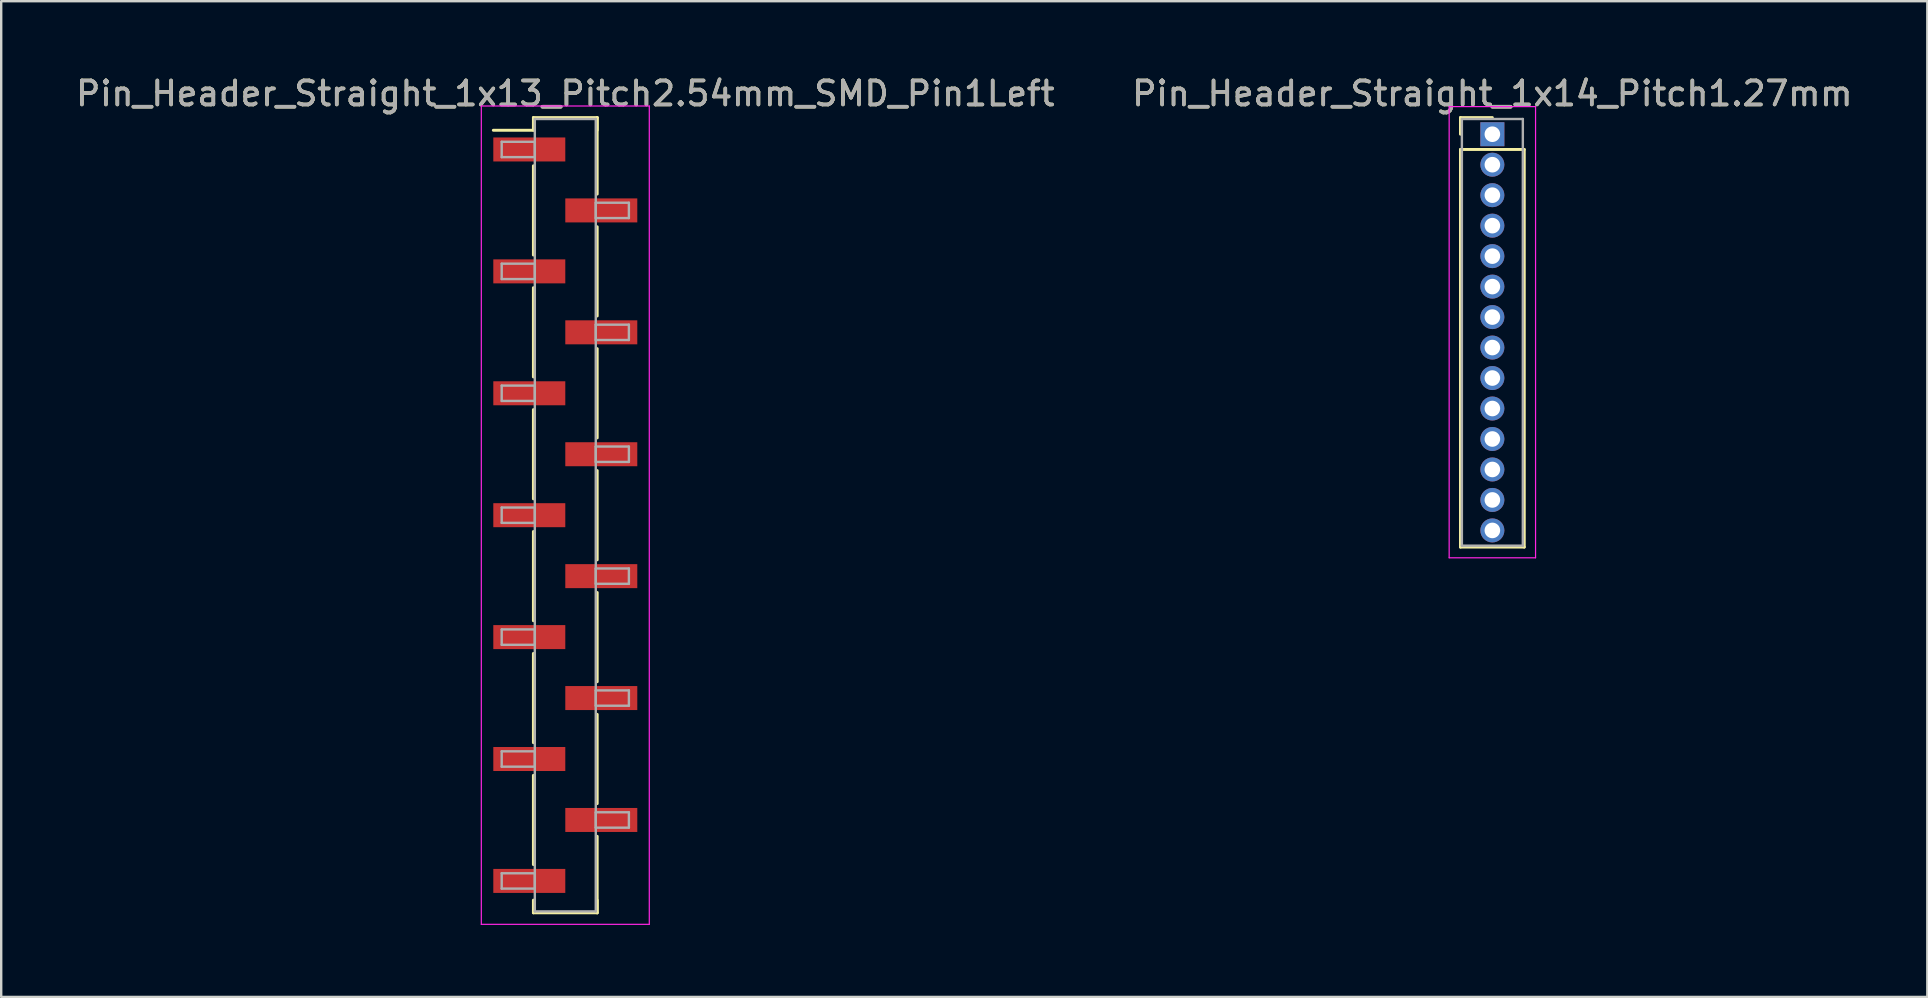
<source format=kicad_pcb>
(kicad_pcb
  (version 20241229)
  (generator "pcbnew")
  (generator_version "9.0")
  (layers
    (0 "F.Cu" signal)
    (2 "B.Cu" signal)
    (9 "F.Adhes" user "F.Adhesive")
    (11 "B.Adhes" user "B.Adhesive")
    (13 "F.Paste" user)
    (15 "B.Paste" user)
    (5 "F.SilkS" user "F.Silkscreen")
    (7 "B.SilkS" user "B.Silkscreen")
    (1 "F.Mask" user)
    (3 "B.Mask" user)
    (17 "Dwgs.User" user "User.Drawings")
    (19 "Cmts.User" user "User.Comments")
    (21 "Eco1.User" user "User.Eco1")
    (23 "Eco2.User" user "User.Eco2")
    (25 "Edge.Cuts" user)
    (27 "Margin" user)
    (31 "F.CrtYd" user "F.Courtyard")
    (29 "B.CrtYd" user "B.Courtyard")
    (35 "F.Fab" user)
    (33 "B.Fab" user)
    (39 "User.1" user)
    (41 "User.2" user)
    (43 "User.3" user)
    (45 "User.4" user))
  (footprint "Pin_Header_Straight_1x13_Pitch2.54mm_SMD_Pin1Left"
    (layer "F.Cu")
    (at 20.506 18.418)
    (property "Reference" "Pin_Header_Straight_1x13_Pitch2.54mm_SMD_Pin1Left" (at 0 -17.57 0) (layer "F.SilkS") (effects (font (size 1 1) (thickness 0.15))))
    (attr smd)
    (fp_line (start -1.33 -16.57) (end 1.33 -16.57) (stroke (width 0.12) (type solid)) (layer "F.SilkS"))
    (fp_line (start -1.33 -16.04) (end -3 -16.04) (stroke (width 0.12) (type solid)) (layer "F.SilkS"))
    (fp_line (start -1.33 -16.04) (end -1.33 -16.57) (stroke (width 0.12) (type solid)) (layer "F.SilkS"))
    (fp_line (start -1.33 -14.56) (end -1.33 -10.84) (stroke (width 0.12) (type solid)) (layer "F.SilkS"))
    (fp_line (start -1.33 -9.48) (end -1.33 -5.76) (stroke (width 0.12) (type solid)) (layer "F.SilkS"))
    (fp_line (start -1.33 -4.4) (end -1.33 -0.68) (stroke (width 0.12) (type solid)) (layer "F.SilkS"))
    (fp_line (start -1.33 0.68) (end -1.33 4.4) (stroke (width 0.12) (type solid)) (layer "F.SilkS"))
    (fp_line (start -1.33 5.76) (end -1.33 9.48) (stroke (width 0.12) (type solid)) (layer "F.SilkS"))
    (fp_line (start -1.33 10.84) (end -1.33 14.56) (stroke (width 0.12) (type solid)) (layer "F.SilkS"))
    (fp_line (start -1.33 16.04) (end -1.33 16.57) (stroke (width 0.12) (type solid)) (layer "F.SilkS"))
    (fp_line (start -1.33 16.57) (end 1.33 16.57) (stroke (width 0.12) (type solid)) (layer "F.SilkS"))
    (fp_line (start 1.33 -16.57) (end 1.33 -16.04) (stroke (width 0.12) (type solid)) (layer "F.SilkS"))
    (fp_line (start 1.33 -16.57) (end 1.33 -13.38) (stroke (width 0.12) (type solid)) (layer "F.SilkS"))
    (fp_line (start 1.33 -12.02) (end 1.33 -8.3) (stroke (width 0.12) (type solid)) (layer "F.SilkS"))
    (fp_line (start 1.33 -6.94) (end 1.33 -3.22) (stroke (width 0.12) (type solid)) (layer "F.SilkS"))
    (fp_line (start 1.33 -1.86) (end 1.33 1.86) (stroke (width 0.12) (type solid)) (layer "F.SilkS"))
    (fp_line (start 1.33 3.22) (end 1.33 6.94) (stroke (width 0.12) (type solid)) (layer "F.SilkS"))
    (fp_line (start 1.33 8.3) (end 1.33 12.02) (stroke (width 0.12) (type solid)) (layer "F.SilkS"))
    (fp_line (start 1.33 13.38) (end 1.33 16.57) (stroke (width 0.12) (type solid)) (layer "F.SilkS"))
    (fp_line (start 1.33 16.57) (end 1.33 16.04) (stroke (width 0.12) (type solid)) (layer "F.SilkS"))
    (fp_line (start -3.5 -17.05) (end -3.5 17.05) (stroke (width 0.05) (type solid)) (layer "F.CrtYd"))
    (fp_line (start -3.5 17.05) (end 3.5 17.05) (stroke (width 0.05) (type solid)) (layer "F.CrtYd"))
    (fp_line (start 3.5 -17.05) (end -3.5 -17.05) (stroke (width 0.05) (type solid)) (layer "F.CrtYd"))
    (fp_line (start 3.5 17.05) (end 3.5 -17.05) (stroke (width 0.05) (type solid)) (layer "F.CrtYd"))
    (fp_line (start -2.65 -15.56) (end -1.27 -15.56) (stroke (width 0.1) (type solid)) (layer "F.Fab"))
    (fp_line (start -2.65 -14.92) (end -2.65 -15.56) (stroke (width 0.1) (type solid)) (layer "F.Fab"))
    (fp_line (start -2.65 -10.48) (end -1.27 -10.48) (stroke (width 0.1) (type solid)) (layer "F.Fab"))
    (fp_line (start -2.65 -9.84) (end -2.65 -10.48) (stroke (width 0.1) (type solid)) (layer "F.Fab"))
    (fp_line (start -2.65 -5.4) (end -1.27 -5.4) (stroke (width 0.1) (type solid)) (layer "F.Fab"))
    (fp_line (start -2.65 -4.76) (end -2.65 -5.4) (stroke (width 0.1) (type solid)) (layer "F.Fab"))
    (fp_line (start -2.65 -0.32) (end -1.27 -0.32) (stroke (width 0.1) (type solid)) (layer "F.Fab"))
    (fp_line (start -2.65 0.32) (end -2.65 -0.32) (stroke (width 0.1) (type solid)) (layer "F.Fab"))
    (fp_line (start -2.65 4.76) (end -1.27 4.76) (stroke (width 0.1) (type solid)) (layer "F.Fab"))
    (fp_line (start -2.65 5.4) (end -2.65 4.76) (stroke (width 0.1) (type solid)) (layer "F.Fab"))
    (fp_line (start -2.65 9.84) (end -1.27 9.84) (stroke (width 0.1) (type solid)) (layer "F.Fab"))
    (fp_line (start -2.65 10.48) (end -2.65 9.84) (stroke (width 0.1) (type solid)) (layer "F.Fab"))
    (fp_line (start -2.65 14.92) (end -1.27 14.92) (stroke (width 0.1) (type solid)) (layer "F.Fab"))
    (fp_line (start -2.65 15.56) (end -2.65 14.92) (stroke (width 0.1) (type solid)) (layer "F.Fab"))
    (fp_line (start -1.27 -16.51) (end -1.27 16.51) (stroke (width 0.1) (type solid)) (layer "F.Fab"))
    (fp_line (start -1.27 -15.56) (end -1.27 -14.92) (stroke (width 0.1) (type solid)) (layer "F.Fab"))
    (fp_line (start -1.27 -14.92) (end -2.65 -14.92) (stroke (width 0.1) (type solid)) (layer "F.Fab"))
    (fp_line (start -1.27 -10.48) (end -1.27 -9.84) (stroke (width 0.1) (type solid)) (layer "F.Fab"))
    (fp_line (start -1.27 -9.84) (end -2.65 -9.84) (stroke (width 0.1) (type solid)) (layer "F.Fab"))
    (fp_line (start -1.27 -5.4) (end -1.27 -4.76) (stroke (width 0.1) (type solid)) (layer "F.Fab"))
    (fp_line (start -1.27 -4.76) (end -2.65 -4.76) (stroke (width 0.1) (type solid)) (layer "F.Fab"))
    (fp_line (start -1.27 -0.32) (end -1.27 0.32) (stroke (width 0.1) (type solid)) (layer "F.Fab"))
    (fp_line (start -1.27 0.32) (end -2.65 0.32) (stroke (width 0.1) (type solid)) (layer "F.Fab"))
    (fp_line (start -1.27 4.76) (end -1.27 5.4) (stroke (width 0.1) (type solid)) (layer "F.Fab"))
    (fp_line (start -1.27 5.4) (end -2.65 5.4) (stroke (width 0.1) (type solid)) (layer "F.Fab"))
    (fp_line (start -1.27 9.84) (end -1.27 10.48) (stroke (width 0.1) (type solid)) (layer "F.Fab"))
    (fp_line (start -1.27 10.48) (end -2.65 10.48) (stroke (width 0.1) (type solid)) (layer "F.Fab"))
    (fp_line (start -1.27 14.92) (end -1.27 15.56) (stroke (width 0.1) (type solid)) (layer "F.Fab"))
    (fp_line (start -1.27 15.56) (end -2.65 15.56) (stroke (width 0.1) (type solid)) (layer "F.Fab"))
    (fp_line (start -1.27 16.51) (end 1.27 16.51) (stroke (width 0.1) (type solid)) (layer "F.Fab"))
    (fp_line (start 1.27 -16.51) (end -1.27 -16.51) (stroke (width 0.1) (type solid)) (layer "F.Fab"))
    (fp_line (start 1.27 -13.02) (end 1.27 -12.38) (stroke (width 0.1) (type solid)) (layer "F.Fab"))
    (fp_line (start 1.27 -12.38) (end 2.65 -12.38) (stroke (width 0.1) (type solid)) (layer "F.Fab"))
    (fp_line (start 1.27 -7.94) (end 1.27 -7.3) (stroke (width 0.1) (type solid)) (layer "F.Fab"))
    (fp_line (start 1.27 -7.3) (end 2.65 -7.3) (stroke (width 0.1) (type solid)) (layer "F.Fab"))
    (fp_line (start 1.27 -2.86) (end 1.27 -2.22) (stroke (width 0.1) (type solid)) (layer "F.Fab"))
    (fp_line (start 1.27 -2.22) (end 2.65 -2.22) (stroke (width 0.1) (type solid)) (layer "F.Fab"))
    (fp_line (start 1.27 2.22) (end 1.27 2.86) (stroke (width 0.1) (type solid)) (layer "F.Fab"))
    (fp_line (start 1.27 2.86) (end 2.65 2.86) (stroke (width 0.1) (type solid)) (layer "F.Fab"))
    (fp_line (start 1.27 7.3) (end 1.27 7.94) (stroke (width 0.1) (type solid)) (layer "F.Fab"))
    (fp_line (start 1.27 7.94) (end 2.65 7.94) (stroke (width 0.1) (type solid)) (layer "F.Fab"))
    (fp_line (start 1.27 12.38) (end 1.27 13.02) (stroke (width 0.1) (type solid)) (layer "F.Fab"))
    (fp_line (start 1.27 13.02) (end 2.65 13.02) (stroke (width 0.1) (type solid)) (layer "F.Fab"))
    (fp_line (start 1.27 16.51) (end 1.27 -16.51) (stroke (width 0.1) (type solid)) (layer "F.Fab"))
    (fp_line (start 2.65 -13.02) (end 1.27 -13.02) (stroke (width 0.1) (type solid)) (layer "F.Fab"))
    (fp_line (start 2.65 -12.38) (end 2.65 -13.02) (stroke (width 0.1) (type solid)) (layer "F.Fab"))
    (fp_line (start 2.65 -7.94) (end 1.27 -7.94) (stroke (width 0.1) (type solid)) (layer "F.Fab"))
    (fp_line (start 2.65 -7.3) (end 2.65 -7.94) (stroke (width 0.1) (type solid)) (layer "F.Fab"))
    (fp_line (start 2.65 -2.86) (end 1.27 -2.86) (stroke (width 0.1) (type solid)) (layer "F.Fab"))
    (fp_line (start 2.65 -2.22) (end 2.65 -2.86) (stroke (width 0.1) (type solid)) (layer "F.Fab"))
    (fp_line (start 2.65 2.22) (end 1.27 2.22) (stroke (width 0.1) (type solid)) (layer "F.Fab"))
    (fp_line (start 2.65 2.86) (end 2.65 2.22) (stroke (width 0.1) (type solid)) (layer "F.Fab"))
    (fp_line (start 2.65 7.3) (end 1.27 7.3) (stroke (width 0.1) (type solid)) (layer "F.Fab"))
    (fp_line (start 2.65 7.94) (end 2.65 7.3) (stroke (width 0.1) (type solid)) (layer "F.Fab"))
    (fp_line (start 2.65 12.38) (end 1.27 12.38) (stroke (width 0.1) (type solid)) (layer "F.Fab"))
    (fp_line (start 2.65 13.02) (end 2.65 12.38) (stroke (width 0.1) (type solid)) (layer "F.Fab"))
    (fp_text user "${REFERENCE}" (at 0 -17.57 0) (layer "F.Fab") (effects (font (size 1 1) (thickness 0.15))))
    (pad "1" smd rect (at -1.5 -15.24) (size 3 1) (layers "F.Cu" "F.Mask" "F.Paste"))
    (pad "2" smd rect (at 1.5 -12.7) (size 3 1) (layers "F.Cu" "F.Mask" "F.Paste"))
    (pad "3" smd rect (at -1.5 -10.16) (size 3 1) (layers "F.Cu" "F.Mask" "F.Paste"))
    (pad "4" smd rect (at 1.5 -7.62) (size 3 1) (layers "F.Cu" "F.Mask" "F.Paste"))
    (pad "5" smd rect (at -1.5 -5.08) (size 3 1) (layers "F.Cu" "F.Mask" "F.Paste"))
    (pad "6" smd rect (at 1.5 -2.54) (size 3 1) (layers "F.Cu" "F.Mask" "F.Paste"))
    (pad "7" smd rect (at -1.5 0) (size 3 1) (layers "F.Cu" "F.Mask" "F.Paste"))
    (pad "8" smd rect (at 1.5 2.54) (size 3 1) (layers "F.Cu" "F.Mask" "F.Paste"))
    (pad "9" smd rect (at -1.5 5.08) (size 3 1) (layers "F.Cu" "F.Mask" "F.Paste"))
    (pad "10" smd rect (at 1.5 7.62) (size 3 1) (layers "F.Cu" "F.Mask" "F.Paste"))
    (pad "11" smd rect (at -1.5 10.16) (size 3 1) (layers "F.Cu" "F.Mask" "F.Paste"))
    (pad "12" smd rect (at 1.5 12.7) (size 3 1) (layers "F.Cu" "F.Mask" "F.Paste"))
    (pad "13" smd rect (at -1.5 15.24) (size 3 1) (layers "F.Cu" "F.Mask" "F.Paste")))
  (footprint "Pin_Header_Straight_1x14_Pitch1.27mm"
    (layer "F.Cu")
    (at 59.137 2.543)
    (property "Reference" "Pin_Header_Straight_1x14_Pitch1.27mm" (at 0 -1.695 0) (layer "F.SilkS") (effects (font (size 1 1) (thickness 0.15))))
    (attr through_hole)
    (fp_line (start -1.33 -0.695) (end 0 -0.695) (stroke (width 0.12) (type solid)) (layer "F.SilkS"))
    (fp_line (start -1.33 0) (end -1.33 -0.695) (stroke (width 0.12) (type solid)) (layer "F.SilkS"))
    (fp_line (start -1.33 0.635) (end -1.33 17.205) (stroke (width 0.12) (type solid)) (layer "F.SilkS"))
    (fp_line (start -1.33 17.205) (end 1.33 17.205) (stroke (width 0.12) (type solid)) (layer "F.SilkS"))
    (fp_line (start 1.33 0.635) (end -1.33 0.635) (stroke (width 0.12) (type solid)) (layer "F.SilkS"))
    (fp_line (start 1.33 17.205) (end 1.33 0.635) (stroke (width 0.12) (type solid)) (layer "F.SilkS"))
    (fp_line (start -1.8 -1.15) (end -1.8 17.65) (stroke (width 0.05) (type solid)) (layer "F.CrtYd"))
    (fp_line (start -1.8 17.65) (end 1.8 17.65) (stroke (width 0.05) (type solid)) (layer "F.CrtYd"))
    (fp_line (start 1.8 -1.15) (end -1.8 -1.15) (stroke (width 0.05) (type solid)) (layer "F.CrtYd"))
    (fp_line (start 1.8 17.65) (end 1.8 -1.15) (stroke (width 0.05) (type solid)) (layer "F.CrtYd"))
    (fp_line (start -1.27 -0.635) (end -1.27 17.145) (stroke (width 0.1) (type solid)) (layer "F.Fab"))
    (fp_line (start -1.27 17.145) (end 1.27 17.145) (stroke (width 0.1) (type solid)) (layer "F.Fab"))
    (fp_line (start 1.27 -0.635) (end -1.27 -0.635) (stroke (width 0.1) (type solid)) (layer "F.Fab"))
    (fp_line (start 1.27 17.145) (end 1.27 -0.635) (stroke (width 0.1) (type solid)) (layer "F.Fab"))
    (fp_text user "${REFERENCE}" (at 0 -1.695 0) (layer "F.Fab") (effects (font (size 1 1) (thickness 0.15))))
    (pad "1" thru_hole rect (at 0 0) (size 1 1) (drill 0.65) (layers "*.Cu" "*.Mask"))
    (pad "2" thru_hole oval (at 0 1.27) (size 1 1) (drill 0.65) (layers "*.Cu" "*.Mask"))
    (pad "3" thru_hole oval (at 0 2.54) (size 1 1) (drill 0.65) (layers "*.Cu" "*.Mask"))
    (pad "4" thru_hole oval (at 0 3.81) (size 1 1) (drill 0.65) (layers "*.Cu" "*.Mask"))
    (pad "5" thru_hole oval (at 0 5.08) (size 1 1) (drill 0.65) (layers "*.Cu" "*.Mask"))
    (pad "6" thru_hole oval (at 0 6.35) (size 1 1) (drill 0.65) (layers "*.Cu" "*.Mask"))
    (pad "7" thru_hole oval (at 0 7.62) (size 1 1) (drill 0.65) (layers "*.Cu" "*.Mask"))
    (pad "8" thru_hole oval (at 0 8.89) (size 1 1) (drill 0.65) (layers "*.Cu" "*.Mask"))
    (pad "9" thru_hole oval (at 0 10.16) (size 1 1) (drill 0.65) (layers "*.Cu" "*.Mask"))
    (pad "10" thru_hole oval (at 0 11.43) (size 1 1) (drill 0.65) (layers "*.Cu" "*.Mask"))
    (pad "11" thru_hole oval (at 0 12.7) (size 1 1) (drill 0.65) (layers "*.Cu" "*.Mask"))
    (pad "12" thru_hole oval (at 0 13.97) (size 1 1) (drill 0.65) (layers "*.Cu" "*.Mask"))
    (pad "13" thru_hole oval (at 0 15.24) (size 1 1) (drill 0.65) (layers "*.Cu" "*.Mask"))
    (pad "14" thru_hole oval (at 0 16.51) (size 1 1) (drill 0.65) (layers "*.Cu" "*.Mask")))
  (gr_rect
    (start -3 -3)
    (end 77.262 38.493)
    (stroke (width 0.1) (type default))
    (fill no)
    (layer "Edge.Cuts")))
</source>
